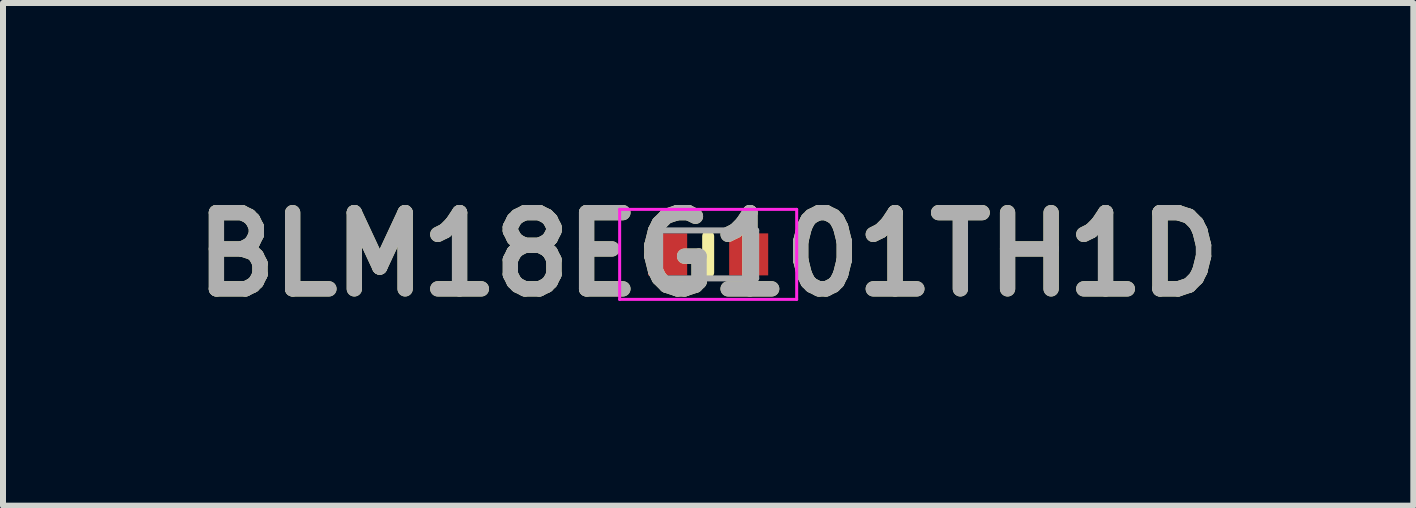
<source format=kicad_pcb>
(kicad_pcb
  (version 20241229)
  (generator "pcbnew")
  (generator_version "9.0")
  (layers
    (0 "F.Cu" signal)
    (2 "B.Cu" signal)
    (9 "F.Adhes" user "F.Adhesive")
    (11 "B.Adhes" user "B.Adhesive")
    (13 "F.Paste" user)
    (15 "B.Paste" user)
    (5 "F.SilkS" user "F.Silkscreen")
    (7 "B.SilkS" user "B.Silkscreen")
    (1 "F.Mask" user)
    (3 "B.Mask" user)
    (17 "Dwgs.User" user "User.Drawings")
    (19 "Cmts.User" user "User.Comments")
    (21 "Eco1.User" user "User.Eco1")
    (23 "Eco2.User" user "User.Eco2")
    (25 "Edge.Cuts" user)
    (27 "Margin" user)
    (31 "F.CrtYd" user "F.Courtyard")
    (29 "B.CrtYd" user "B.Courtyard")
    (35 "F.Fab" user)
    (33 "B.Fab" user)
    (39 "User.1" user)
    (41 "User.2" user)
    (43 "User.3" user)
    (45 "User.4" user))
  (footprint "BLM18EG101TH1D"
    (layer "F.Cu")
    (at 8.751 1.189)
    (property "Reference" "BLM18EG101TH1D" (at 0 0 0) (layer "F.SilkS") (effects (font (size 1.27 1.27) (thickness 0.254))))
    (attr smd)
    (fp_line (start 0 -0.3) (end 0 0.3) (stroke (width 0.2) (type solid)) (layer "F.SilkS"))
    (fp_line (start -1.475 -0.75) (end 1.475 -0.75) (stroke (width 0.05) (type solid)) (layer "F.CrtYd"))
    (fp_line (start -1.475 0.75) (end -1.475 -0.75) (stroke (width 0.05) (type solid)) (layer "F.CrtYd"))
    (fp_line (start 1.475 -0.75) (end 1.475 0.75) (stroke (width 0.05) (type solid)) (layer "F.CrtYd"))
    (fp_line (start 1.475 0.75) (end -1.475 0.75) (stroke (width 0.05) (type solid)) (layer "F.CrtYd"))
    (fp_line (start -0.8 -0.4) (end 0.8 -0.4) (stroke (width 0.1) (type solid)) (layer "F.Fab"))
    (fp_line (start -0.8 0.4) (end -0.8 -0.4) (stroke (width 0.1) (type solid)) (layer "F.Fab"))
    (fp_line (start 0.8 -0.4) (end 0.8 0.4) (stroke (width 0.1) (type solid)) (layer "F.Fab"))
    (fp_line (start 0.8 0.4) (end -0.8 0.4) (stroke (width 0.1) (type solid)) (layer "F.Fab"))
    (fp_text user "${REFERENCE}" (at 0 0 0) (layer "F.Fab") (effects (font (size 1.27 1.27) (thickness 0.254))))
    (pad "1" smd rect (at -0.675 0) (size 0.65 0.7) (layers "F.Cu" "F.Mask" "F.Paste"))
    (pad "2" smd rect (at 0.675 0) (size 0.65 0.7) (layers "F.Cu" "F.Mask" "F.Paste")))
  (gr_rect
    (start -3 -3)
    (end 20.502 5.377)
    (stroke (width 0.1) (type default))
    (fill no)
    (layer "Edge.Cuts")))
</source>
